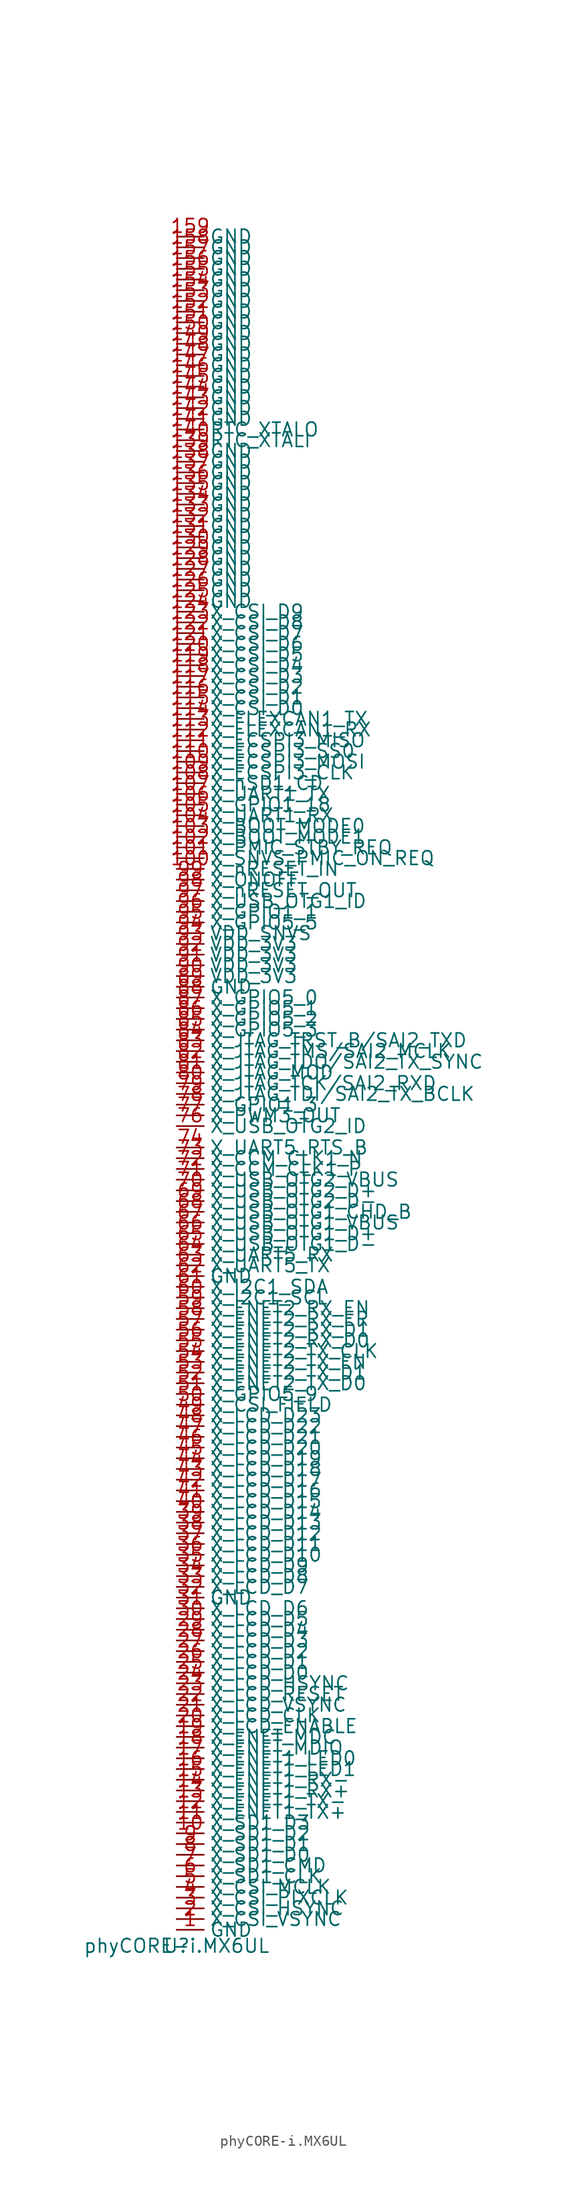
<source format=kicad_sym>
(kicad_symbol_lib
  (version 20211014)
  (generator kicad_symbol_editor)
  (symbol "phyCORE-i.MX6UL"
    (property "Reference" "U"
      (at 0 0 0)
      (effects (font (size 1.27 1.27))))
    (property "Value" "phyCORE-i.MX6UL"
      (at 0 0 0)
      (effects (font (size 1.27 1.27))))
    (symbol "phyCORE-i.MX6UL_0_0"
      (pin power_in line (at 0 1.50 0) (length 2.54) (name "GND" (effects (font (size 1.27 1.27)))) (number "1" (effects (font (size 1.27 1.27)))))
      (pin input line (at 0 2.50 0) (length 2.54) (name "X_CSI_VSYNC" (effects (font (size 1.27 1.27)))) (number "2" (effects (font (size 1.27 1.27)))))
      (pin input line (at 0 3.50 0) (length 2.54) (name "X_CSI_HSYNC" (effects (font (size 1.27 1.27)))) (number "3" (effects (font (size 1.27 1.27)))))
      (pin input line (at 0 4.50 0) (length 2.54) (name "X_CSI_PIXCLK" (effects (font (size 1.27 1.27)))) (number "4" (effects (font (size 1.27 1.27)))))
      (pin output line (at 0 5.50 0) (length 2.54) (name "X_CSI_MCLK" (effects (font (size 1.27 1.27)))) (number "5" (effects (font (size 1.27 1.27)))))
      (pin output line (at 0 6.50 0) (length 2.54) (name "X_SD1_CLK" (effects (font (size 1.27 1.27)))) (number "6" (effects (font (size 1.27 1.27)))))
      (pin bidirectional line (at 0 7.50 0) (length 2.54) (name "X_SD1_CMD" (effects (font (size 1.27 1.27)))) (number "7" (effects (font (size 1.27 1.27)))))
      (pin bidirectional line (at 0 8.50 0) (length 2.54) (name "X_SD1_D0" (effects (font (size 1.27 1.27)))) (number "8" (effects (font (size 1.27 1.27)))))
      (pin bidirectional line (at 0 9.50 0) (length 2.54) (name "X_SD1_D1" (effects (font (size 1.27 1.27)))) (number "9" (effects (font (size 1.27 1.27)))))
      (pin bidirectional line (at 0 10.50 0) (length 2.54) (name "X_SD1_D2" (effects (font (size 1.27 1.27)))) (number "10" (effects (font (size 1.27 1.27)))))
      (pin bidirectional line (at 0 11.50 0) (length 2.54) (name "X_SD1_D3" (effects (font (size 1.27 1.27)))) (number "11" (effects (font (size 1.27 1.27)))))
      (pin output line (at 0 12.50 0) (length 2.54) (name "X_ENET1_TX+" (effects (font (size 1.27 1.27)))) (number "12" (effects (font (size 1.27 1.27)))))
      (pin output line (at 0 13.50 0) (length 2.54) (name "X_ENET1_TX-" (effects (font (size 1.27 1.27)))) (number "13" (effects (font (size 1.27 1.27)))))
      (pin input line (at 0 14.50 0) (length 2.54) (name "X_ENET1_RX+" (effects (font (size 1.27 1.27)))) (number "14" (effects (font (size 1.27 1.27)))))
      (pin input line (at 0 15.50 0) (length 2.54) (name "X_ENET1_RX-" (effects (font (size 1.27 1.27)))) (number "15" (effects (font (size 1.27 1.27)))))
      (pin bidirectional line (at 0 16.50 0) (length 2.54) (name "X_ENET1_LED1" (effects (font (size 1.27 1.27)))) (number "16" (effects (font (size 1.27 1.27)))))
      (pin bidirectional line (at 0 17.50 0) (length 2.54) (name "X_ENET1_LED0" (effects (font (size 1.27 1.27)))) (number "17" (effects (font (size 1.27 1.27)))))
      (pin bidirectional line (at 0 18.50 0) (length 2.54) (name "X_ENET_MDIO" (effects (font (size 1.27 1.27)))) (number "18" (effects (font (size 1.27 1.27)))))
      (pin output line (at 0 19.50 0) (length 2.54) (name "X_ENET_MDC" (effects (font (size 1.27 1.27)))) (number "19" (effects (font (size 1.27 1.27)))))
      (pin output line (at 0 20.50 0) (length 2.54) (name "X_LCD_ENABLE" (effects (font (size 1.27 1.27)))) (number "20" (effects (font (size 1.27 1.27)))))
      (pin output line (at 0 21.50 0) (length 2.54) (name "X_LCD_CLK" (effects (font (size 1.27 1.27)))) (number "21" (effects (font (size 1.27 1.27)))))
      (pin output line (at 0 22.50 0) (length 2.54) (name "X_LCD_VSYNC" (effects (font (size 1.27 1.27)))) (number "22" (effects (font (size 1.27 1.27)))))
      (pin output line (at 0 23.50 0) (length 2.54) (name "X_LCD_RESET" (effects (font (size 1.27 1.27)))) (number "23" (effects (font (size 1.27 1.27)))))
      (pin output line (at 0 24.50 0) (length 2.54) (name "X_LCD_HSYNC" (effects (font (size 1.27 1.27)))) (number "24" (effects (font (size 1.27 1.27)))))
      (pin output line (at 0 25.50 0) (length 2.54) (name "X_LCD_D0" (effects (font (size 1.27 1.27)))) (number "25" (effects (font (size 1.27 1.27)))))
      (pin output line (at 0 26.50 0) (length 2.54) (name "X_LCD_D1" (effects (font (size 1.27 1.27)))) (number "26" (effects (font (size 1.27 1.27)))))
      (pin output line (at 0 27.50 0) (length 2.54) (name "X_LCD_D2" (effects (font (size 1.27 1.27)))) (number "27" (effects (font (size 1.27 1.27)))))
      (pin output line (at 0 28.50 0) (length 2.54) (name "X_LCD_D3" (effects (font (size 1.27 1.27)))) (number "28" (effects (font (size 1.27 1.27)))))
      (pin output line (at 0 29.50 0) (length 2.54) (name "X_LCD_D4" (effects (font (size 1.27 1.27)))) (number "29" (effects (font (size 1.27 1.27)))))
      (pin output line (at 0 30.50 0) (length 2.54) (name "X_LCD_D5" (effects (font (size 1.27 1.27)))) (number "30" (effects (font (size 1.27 1.27)))))
      (pin output line (at 0 31.50 0) (length 2.54) (name "X_LCD_D6" (effects (font (size 1.27 1.27)))) (number "31" (effects (font (size 1.27 1.27)))))
      (pin power_in line (at 0 32.50 0) (length 2.54) (name "GND" (effects (font (size 1.27 1.27)))) (number "32" (effects (font (size 1.27 1.27)))))
      (pin output line (at 0 33.50 0) (length 2.54) (name "X_LCD_D7" (effects (font (size 1.27 1.27)))) (number "33" (effects (font (size 1.27 1.27)))))
      (pin output line (at 0 34.50 0) (length 2.54) (name "X_LCD_D8" (effects (font (size 1.27 1.27)))) (number "34" (effects (font (size 1.27 1.27)))))
      (pin output line (at 0 35.50 0) (length 2.54) (name "X_LCD_D9" (effects (font (size 1.27 1.27)))) (number "35" (effects (font (size 1.27 1.27)))))
      (pin output line (at 0 36.50 0) (length 2.54) (name "X_LCD_D10" (effects (font (size 1.27 1.27)))) (number "36" (effects (font (size 1.27 1.27)))))
      (pin output line (at 0 37.50 0) (length 2.54) (name "X_LCD_D11" (effects (font (size 1.27 1.27)))) (number "37" (effects (font (size 1.27 1.27)))))
      (pin output line (at 0 38.50 0) (length 2.54) (name "X_LCD_D12" (effects (font (size 1.27 1.27)))) (number "38" (effects (font (size 1.27 1.27)))))
      (pin output line (at 0 39.50 0) (length 2.54) (name "X_LCD_D13" (effects (font (size 1.27 1.27)))) (number "39" (effects (font (size 1.27 1.27)))))
      (pin output line (at 0 40.50 0) (length 2.54) (name "X_LCD_D14" (effects (font (size 1.27 1.27)))) (number "40" (effects (font (size 1.27 1.27)))))
      (pin output line (at 0 41.50 0) (length 2.54) (name "X_LCD_D15" (effects (font (size 1.27 1.27)))) (number "41" (effects (font (size 1.27 1.27)))))
      (pin output line (at 0 42.50 0) (length 2.54) (name "X_LCD_D16" (effects (font (size 1.27 1.27)))) (number "42" (effects (font (size 1.27 1.27)))))
      (pin output line (at 0 43.50 0) (length 2.54) (name "X_LCD_D17" (effects (font (size 1.27 1.27)))) (number "43" (effects (font (size 1.27 1.27)))))
      (pin output line (at 0 44.50 0) (length 2.54) (name "X_LCD_D18" (effects (font (size 1.27 1.27)))) (number "44" (effects (font (size 1.27 1.27)))))
      (pin output line (at 0 45.50 0) (length 2.54) (name "X_LCD_D19" (effects (font (size 1.27 1.27)))) (number "45" (effects (font (size 1.27 1.27)))))
      (pin output line (at 0 46.50 0) (length 2.54) (name "X_LCD_D20" (effects (font (size 1.27 1.27)))) (number "46" (effects (font (size 1.27 1.27)))))
      (pin output line (at 0 47.50 0) (length 2.54) (name "X_LCD_D21" (effects (font (size 1.27 1.27)))) (number "47" (effects (font (size 1.27 1.27)))))
      (pin output line (at 0 48.50 0) (length 2.54) (name "X_LCD_D22" (effects (font (size 1.27 1.27)))) (number "48" (effects (font (size 1.27 1.27)))))
      (pin output line (at 0 49.50 0) (length 2.54) (name "X_LCD_D23" (effects (font (size 1.27 1.27)))) (number "49" (effects (font (size 1.27 1.27)))))
      (pin input line (at 0 50.50 0) (length 2.54) (name "X_CSI_FIELD" (effects (font (size 1.27 1.27)))) (number "50" (effects (font (size 1.27 1.27)))))
      (pin bidirectional line (at 0 51.50 0) (length 2.54) (name "X_GPIO5_9" (effects (font (size 1.27 1.27)))) (number "51" (effects (font (size 1.27 1.27)))))
      (pin output line (at 0 52.50 0) (length 2.54) (name "X_ENET2_TX_D0" (effects (font (size 1.27 1.27)))) (number "52" (effects (font (size 1.27 1.27)))))
      (pin output line (at 0 53.50 0) (length 2.54) (name "X_ENET2_TX_D1" (effects (font (size 1.27 1.27)))) (number "53" (effects (font (size 1.27 1.27)))))
      (pin output line (at 0 54.50 0) (length 2.54) (name "X_ENET2_TX_EN" (effects (font (size 1.27 1.27)))) (number "54" (effects (font (size 1.27 1.27)))))
      (pin output line (at 0 55.50 0) (length 2.54) (name "X_ENET2_TX_CLK" (effects (font (size 1.27 1.27)))) (number "55" (effects (font (size 1.27 1.27)))))
      (pin input line (at 0 56.50 0) (length 2.54) (name "X_ENET2_RX_D0" (effects (font (size 1.27 1.27)))) (number "56" (effects (font (size 1.27 1.27)))))
      (pin input line (at 0 57.50 0) (length 2.54) (name "X_ENET2_RX_D1" (effects (font (size 1.27 1.27)))) (number "57" (effects (font (size 1.27 1.27)))))
      (pin input line (at 0 58.50 0) (length 2.54) (name "X_ENET2_RX_ER" (effects (font (size 1.27 1.27)))) (number "58" (effects (font (size 1.27 1.27)))))
      (pin input line (at 0 59.50 0) (length 2.54) (name "X_ENET2_RX_EN" (effects (font (size 1.27 1.27)))) (number "59" (effects (font (size 1.27 1.27)))))
      (pin bidirectional line (at 0 60.50 0) (length 2.54) (name "X_I2C1_SCL" (effects (font (size 1.27 1.27)))) (number "60" (effects (font (size 1.27 1.27)))))
      (pin bidirectional line (at 0 61.50 0) (length 2.54) (name "X_I2C1_SDA" (effects (font (size 1.27 1.27)))) (number "61" (effects (font (size 1.27 1.27)))))
      (pin power_in line (at 0 62.50 0) (length 2.54) (name "GND" (effects (font (size 1.27 1.27)))) (number "62" (effects (font (size 1.27 1.27)))))
      (pin output line (at 0 63.50 0) (length 2.54) (name "X_UART5_TX" (effects (font (size 1.27 1.27)))) (number "63" (effects (font (size 1.27 1.27)))))
      (pin input line (at 0 64.50 0) (length 2.54) (name "X_UART5_RX" (effects (font (size 1.27 1.27)))) (number "64" (effects (font (size 1.27 1.27)))))
      (pin bidirectional line (at 0 65.50 0) (length 2.54) (name "X_USB_OTG1_D-" (effects (font (size 1.27 1.27)))) (number "65" (effects (font (size 1.27 1.27)))))
      (pin bidirectional line (at 0 66.50 0) (length 2.54) (name "X_USB_OTG1_D+" (effects (font (size 1.27 1.27)))) (number "66" (effects (font (size 1.27 1.27)))))
      (pin power_in line (at 0 67.50 0) (length 2.54) (name "X_USB_OTG1_VBUS" (effects (font (size 1.27 1.27)))) (number "67" (effects (font (size 1.27 1.27)))))
      (pin unspecified line (at 0 68.50 0) (length 2.54) (name "X_USB_OTG1_CHD_B" (effects (font (size 1.27 1.27)))) (number "68" (effects (font (size 1.27 1.27)))))
      (pin bidirectional line (at 0 69.50 0) (length 2.54) (name "X_USB_OTG2_D-" (effects (font (size 1.27 1.27)))) (number "69" (effects (font (size 1.27 1.27)))))
      (pin bidirectional line (at 0 70.50 0) (length 2.54) (name "X_USB_OTG2_D+" (effects (font (size 1.27 1.27)))) (number "70" (effects (font (size 1.27 1.27)))))
      (pin power_in line (at 0 71.50 0) (length 2.54) (name "X_USB_OTG2_VBUS" (effects (font (size 1.27 1.27)))) (number "71" (effects (font (size 1.27 1.27)))))
      (pin bidirectional line (at 0 72.50 0) (length 2.54) (name "X_CCM_CLK1_P" (effects (font (size 1.27 1.27)))) (number "72" (effects (font (size 1.27 1.27)))))
      (pin bidirectional line (at 0 73.50 0) (length 2.54) (name "X_CCM_CLK1_N" (effects (font (size 1.27 1.27)))) (number "73" (effects (font (size 1.27 1.27)))))
      (pin input line (at 0 74.50 0) (length 2.54) (name "X_UART5_RTS_B" (effects (font (size 1.27 1.27)))) (number "74" (effects (font (size 1.27 1.27)))))
      (pin input line (at 0 76.50 0) (length 2.54) (name "X_USB_OTG2_ID" (effects (font (size 1.27 1.27)))) (number "76" (effects (font (size 1.27 1.27)))))
      (pin output line (at 0 77.50 0) (length 2.54) (name "X_PWM3_OUT" (effects (font (size 1.27 1.27)))) (number "77" (effects (font (size 1.27 1.27)))))
      (pin input line (at 0 78.50 0) (length 2.54) (name "X_GPIO1_3" (effects (font (size 1.27 1.27)))) (number "78" (effects (font (size 1.27 1.27)))))
      (pin output line (at 0 79.50 0) (length 2.54) (name "X_JTAG_TDI/SAI2_TX_BCLK" (effects (font (size 1.27 1.27)))) (number "79" (effects (font (size 1.27 1.27)))))
      (pin input line (at 0 80.50 0) (length 2.54) (name "X_JTAG_TCK/SAI2_RXD" (effects (font (size 1.27 1.27)))) (number "80" (effects (font (size 1.27 1.27)))))
      (pin output line (at 0 81.50 0) (length 2.54) (name "X_JTAG_MOD" (effects (font (size 1.27 1.27)))) (number "81" (effects (font (size 1.27 1.27)))))
      (pin output line (at 0 82.50 0) (length 2.54) (name "X_JTAG_TDO/SAI2_TX_SYNC" (effects (font (size 1.27 1.27)))) (number "82" (effects (font (size 1.27 1.27)))))
      (pin output line (at 0 83.50 0) (length 2.54) (name "X_JTAG_TMS/SAI2_MCLK" (effects (font (size 1.27 1.27)))) (number "83" (effects (font (size 1.27 1.27)))))
      (pin output line (at 0 84.50 0) (length 2.54) (name "X_JTAG_TRST_B/SAI2_TXD" (effects (font (size 1.27 1.27)))) (number "84" (effects (font (size 1.27 1.27)))))
      (pin input line (at 0 85.50 0) (length 2.54) (name "X_GPIO5_3" (effects (font (size 1.27 1.27)))) (number "85" (effects (font (size 1.27 1.27)))))
      (pin output line (at 0 86.50 0) (length 2.54) (name "X_GPIO5_2" (effects (font (size 1.27 1.27)))) (number "86" (effects (font (size 1.27 1.27)))))
      (pin input line (at 0 87.50 0) (length 2.54) (name "X_GPIO5_1" (effects (font (size 1.27 1.27)))) (number "87" (effects (font (size 1.27 1.27)))))
      (pin input line (at 0 88.50 0) (length 2.54) (name "X_GPIO5_0" (effects (font (size 1.27 1.27)))) (number "88" (effects (font (size 1.27 1.27)))))
      (pin power_in line (at 0 89.50 0) (length 2.54) (name "GND" (effects (font (size 1.27 1.27)))) (number "89" (effects (font (size 1.27 1.27)))))
      (pin power_in line (at 0 90.50 0) (length 2.54) (name "VDD_3V3" (effects (font (size 1.27 1.27)))) (number "90" (effects (font (size 1.27 1.27)))))
      (pin power_in line (at 0 91.50 0) (length 2.54) (name "VDD_3V3" (effects (font (size 1.27 1.27)))) (number "91" (effects (font (size 1.27 1.27)))))
      (pin power_in line (at 0 92.50 0) (length 2.54) (name "VDD_3V3" (effects (font (size 1.27 1.27)))) (number "92" (effects (font (size 1.27 1.27)))))
      (pin power_in line (at 0 93.50 0) (length 2.54) (name "VDD_3V3" (effects (font (size 1.27 1.27)))) (number "93" (effects (font (size 1.27 1.27)))))
      (pin power_in line (at 0 94.50 0) (length 2.54) (name "VDD_SNVS" (effects (font (size 1.27 1.27)))) (number "94" (effects (font (size 1.27 1.27)))))
      (pin bidirectional line (at 0 95.50 0) (length 2.54) (name "X_GPIO5_5" (effects (font (size 1.27 1.27)))) (number "95" (effects (font (size 1.27 1.27)))))
      (pin bidirectional line (at 0 96.50 0) (length 2.54) (name "X_GPIO1_1" (effects (font (size 1.27 1.27)))) (number "96" (effects (font (size 1.27 1.27)))))
      (pin input line (at 0 97.50 0) (length 2.54) (name "X_USB_OTG1_ID" (effects (font (size 1.27 1.27)))) (number "97" (effects (font (size 1.27 1.27)))))
      (pin output line (at 0 98.50 0) (length 2.54) (name "X_nRESET_OUT" (effects (font (size 1.27 1.27)))) (number "98" (effects (font (size 1.27 1.27)))))
      (pin input line (at 0 99.50 0) (length 2.54) (name "X_ONOFF" (effects (font (size 1.27 1.27)))) (number "99" (effects (font (size 1.27 1.27)))))
      (pin input line (at 0 100.50 0) (length 2.54) (name "X_nRESET_IN" (effects (font (size 1.27 1.27)))) (number "100" (effects (font (size 1.27 1.27)))))
      (pin output line (at 0 101.50 0) (length 2.54) (name "X_SNVS_PMIC_ON_REQ" (effects (font (size 1.27 1.27)))) (number "101" (effects (font (size 1.27 1.27)))))
      (pin output line (at 0 102.50 0) (length 2.54) (name "X_PMIC_STBY_REQ" (effects (font (size 1.27 1.27)))) (number "102" (effects (font (size 1.27 1.27)))))
      (pin input line (at 0 103.50 0) (length 2.54) (name "X_BOOT_MODE1" (effects (font (size 1.27 1.27)))) (number "103" (effects (font (size 1.27 1.27)))))
      (pin input line (at 0 104.50 0) (length 2.54) (name "X_BOOT_MODE0" (effects (font (size 1.27 1.27)))) (number "104" (effects (font (size 1.27 1.27)))))
      (pin input line (at 0 105.50 0) (length 2.54) (name "X_UART1_RX" (effects (font (size 1.27 1.27)))) (number "105" (effects (font (size 1.27 1.27)))))
      (pin output line (at 0 106.50 0) (length 2.54) (name "X_GPIO1_18" (effects (font (size 1.27 1.27)))) (number "106" (effects (font (size 1.27 1.27)))))
      (pin output line (at 0 107.50 0) (length 2.54) (name "X_UART1_TX" (effects (font (size 1.27 1.27)))) (number "107" (effects (font (size 1.27 1.27)))))
      (pin input line (at 0 108.50 0) (length 2.54) (name "X_nSD1_CD" (effects (font (size 1.27 1.27)))) (number "108" (effects (font (size 1.27 1.27)))))
      (pin bidirectional line (at 0 109.50 0) (length 2.54) (name "X_ECSPI3_CLK" (effects (font (size 1.27 1.27)))) (number "109" (effects (font (size 1.27 1.27)))))
      (pin bidirectional line (at 0 110.50 0) (length 2.54) (name "X_ECSPI3_MOSI" (effects (font (size 1.27 1.27)))) (number "110" (effects (font (size 1.27 1.27)))))
      (pin bidirectional line (at 0 111.50 0) (length 2.54) (name "X_ECSPI3_SS0" (effects (font (size 1.27 1.27)))) (number "111" (effects (font (size 1.27 1.27)))))
      (pin bidirectional line (at 0 112.50 0) (length 2.54) (name "X_ECSPI3_MISO" (effects (font (size 1.27 1.27)))) (number "112" (effects (font (size 1.27 1.27)))))
      (pin input line (at 0 113.50 0) (length 2.54) (name "X_FLEXCAN1_RX" (effects (font (size 1.27 1.27)))) (number "113" (effects (font (size 1.27 1.27)))))
      (pin output line (at 0 114.50 0) (length 2.54) (name "X_FLEXCAN1_TX" (effects (font (size 1.27 1.27)))) (number "114" (effects (font (size 1.27 1.27)))))
      (pin input line (at 0 115.50 0) (length 2.54) (name "X_CSI_D0" (effects (font (size 1.27 1.27)))) (number "115" (effects (font (size 1.27 1.27)))))
      (pin input line (at 0 116.50 0) (length 2.54) (name "X_CSI_D1" (effects (font (size 1.27 1.27)))) (number "116" (effects (font (size 1.27 1.27)))))
      (pin input line (at 0 117.50 0) (length 2.54) (name "X_CSI_D2" (effects (font (size 1.27 1.27)))) (number "117" (effects (font (size 1.27 1.27)))))
      (pin input line (at 0 118.50 0) (length 2.54) (name "X_CSI_D3" (effects (font (size 1.27 1.27)))) (number "118" (effects (font (size 1.27 1.27)))))
      (pin input line (at 0 119.50 0) (length 2.54) (name "X_CSI_D4" (effects (font (size 1.27 1.27)))) (number "119" (effects (font (size 1.27 1.27)))))
      (pin input line (at 0 120.50 0) (length 2.54) (name "X_CSI_D5" (effects (font (size 1.27 1.27)))) (number "120" (effects (font (size 1.27 1.27)))))
      (pin input line (at 0 121.50 0) (length 2.54) (name "X_CSI_D6" (effects (font (size 1.27 1.27)))) (number "121" (effects (font (size 1.27 1.27)))))
      (pin input line (at 0 122.50 0) (length 2.54) (name "X_CSI_D7" (effects (font (size 1.27 1.27)))) (number "122" (effects (font (size 1.27 1.27)))))
      (pin input line (at 0 123.50 0) (length 2.54) (name "X_CSI_D8" (effects (font (size 1.27 1.27)))) (number "123" (effects (font (size 1.27 1.27)))))
      (pin input line (at 0 124.50 0) (length 2.54) (name "X_CSI_D9" (effects (font (size 1.27 1.27)))) (number "124" (effects (font (size 1.27 1.27)))))
      (pin power_in line (at 0 125.50 0) (length 2.54) (name "GND" (effects (font (size 1.27 1.27)))) (number "125" (effects (font (size 1.27 1.27)))))
      (pin power_in line (at 0 126.50 0) (length 2.54) (name "GND" (effects (font (size 1.27 1.27)))) (number "126" (effects (font (size 1.27 1.27)))))
      (pin power_in line (at 0 127.50 0) (length 2.54) (name "GND" (effects (font (size 1.27 1.27)))) (number "127" (effects (font (size 1.27 1.27)))))
      (pin power_in line (at 0 128.50 0) (length 2.54) (name "GND" (effects (font (size 1.27 1.27)))) (number "128" (effects (font (size 1.27 1.27)))))
      (pin power_in line (at 0 129.50 0) (length 2.54) (name "GND" (effects (font (size 1.27 1.27)))) (number "129" (effects (font (size 1.27 1.27)))))
      (pin power_in line (at 0 130.50 0) (length 2.54) (name "GND" (effects (font (size 1.27 1.27)))) (number "130" (effects (font (size 1.27 1.27)))))
      (pin power_in line (at 0 131.50 0) (length 2.54) (name "GND" (effects (font (size 1.27 1.27)))) (number "131" (effects (font (size 1.27 1.27)))))
      (pin power_in line (at 0 132.50 0) (length 2.54) (name "GND" (effects (font (size 1.27 1.27)))) (number "132" (effects (font (size 1.27 1.27)))))
      (pin power_in line (at 0 133.50 0) (length 2.54) (name "GND" (effects (font (size 1.27 1.27)))) (number "133" (effects (font (size 1.27 1.27)))))
      (pin power_in line (at 0 134.50 0) (length 2.54) (name "GND" (effects (font (size 1.27 1.27)))) (number "134" (effects (font (size 1.27 1.27)))))
      (pin power_in line (at 0 135.50 0) (length 2.54) (name "GND" (effects (font (size 1.27 1.27)))) (number "135" (effects (font (size 1.27 1.27)))))
      (pin power_in line (at 0 136.50 0) (length 2.54) (name "GND" (effects (font (size 1.27 1.27)))) (number "136" (effects (font (size 1.27 1.27)))))
      (pin power_in line (at 0 137.50 0) (length 2.54) (name "GND" (effects (font (size 1.27 1.27)))) (number "137" (effects (font (size 1.27 1.27)))))
      (pin power_in line (at 0 138.50 0) (length 2.54) (name "GND" (effects (font (size 1.27 1.27)))) (number "138" (effects (font (size 1.27 1.27)))))
      (pin power_in line (at 0 139.50 0) (length 2.54) (name "GND" (effects (font (size 1.27 1.27)))) (number "139" (effects (font (size 1.27 1.27)))))
      (pin unspecified line (at 0 140.50 0) (length 2.54) (name "RTC_XTALI" (effects (font (size 1.27 1.27)))) (number "140" (effects (font (size 1.27 1.27)))))
      (pin unspecified line (at 0 141.50 0) (length 2.54) (name "RTC_XTALO" (effects (font (size 1.27 1.27)))) (number "141" (effects (font (size 1.27 1.27)))))
      (pin power_in line (at 0 142.50 0) (length 2.54) (name "GND" (effects (font (size 1.27 1.27)))) (number "142" (effects (font (size 1.27 1.27)))))
      (pin power_in line (at 0 143.50 0) (length 2.54) (name "GND" (effects (font (size 1.27 1.27)))) (number "143" (effects (font (size 1.27 1.27)))))
      (pin power_in line (at 0 144.50 0) (length 2.54) (name "GND" (effects (font (size 1.27 1.27)))) (number "144" (effects (font (size 1.27 1.27)))))
      (pin power_in line (at 0 145.50 0) (length 2.54) (name "GND" (effects (font (size 1.27 1.27)))) (number "145" (effects (font (size 1.27 1.27)))))
      (pin power_in line (at 0 146.50 0) (length 2.54) (name "GND" (effects (font (size 1.27 1.27)))) (number "146" (effects (font (size 1.27 1.27)))))
      (pin power_in line (at 0 147.50 0) (length 2.54) (name "GND" (effects (font (size 1.27 1.27)))) (number "147" (effects (font (size 1.27 1.27)))))
      (pin power_in line (at 0 148.50 0) (length 2.54) (name "GND" (effects (font (size 1.27 1.27)))) (number "148" (effects (font (size 1.27 1.27)))))
      (pin power_in line (at 0 149.50 0) (length 2.54) (name "GND" (effects (font (size 1.27 1.27)))) (number "149" (effects (font (size 1.27 1.27)))))
      (pin power_in line (at 0 150.50 0) (length 2.54) (name "GND" (effects (font (size 1.27 1.27)))) (number "150" (effects (font (size 1.27 1.27)))))
      (pin power_in line (at 0 151.50 0) (length 2.54) (name "GND" (effects (font (size 1.27 1.27)))) (number "151" (effects (font (size 1.27 1.27)))))
      (pin power_in line (at 0 152.50 0) (length 2.54) (name "GND" (effects (font (size 1.27 1.27)))) (number "152" (effects (font (size 1.27 1.27)))))
      (pin power_in line (at 0 153.50 0) (length 2.54) (name "GND" (effects (font (size 1.27 1.27)))) (number "153" (effects (font (size 1.27 1.27)))))
      (pin power_in line (at 0 154.50 0) (length 2.54) (name "GND" (effects (font (size 1.27 1.27)))) (number "154" (effects (font (size 1.27 1.27)))))
      (pin power_in line (at 0 155.50 0) (length 2.54) (name "GND" (effects (font (size 1.27 1.27)))) (number "155" (effects (font (size 1.27 1.27)))))
      (pin power_in line (at 0 156.50 0) (length 2.54) (name "GND" (effects (font (size 1.27 1.27)))) (number "156" (effects (font (size 1.27 1.27)))))
      (pin power_in line (at 0 157.50 0) (length 2.54) (name "GND" (effects (font (size 1.27 1.27)))) (number "157" (effects (font (size 1.27 1.27)))))
      (pin power_in line (at 0 158.50 0) (length 2.54) (name "GND" (effects (font (size 1.27 1.27)))) (number "158" (effects (font (size 1.27 1.27)))))
      (pin power_in line (at 0 159.50 0) (length 2.54) (name "GND" (effects (font (size 1.27 1.27)))) (number "159" (effects (font (size 1.27 1.27))))))))
</source>
